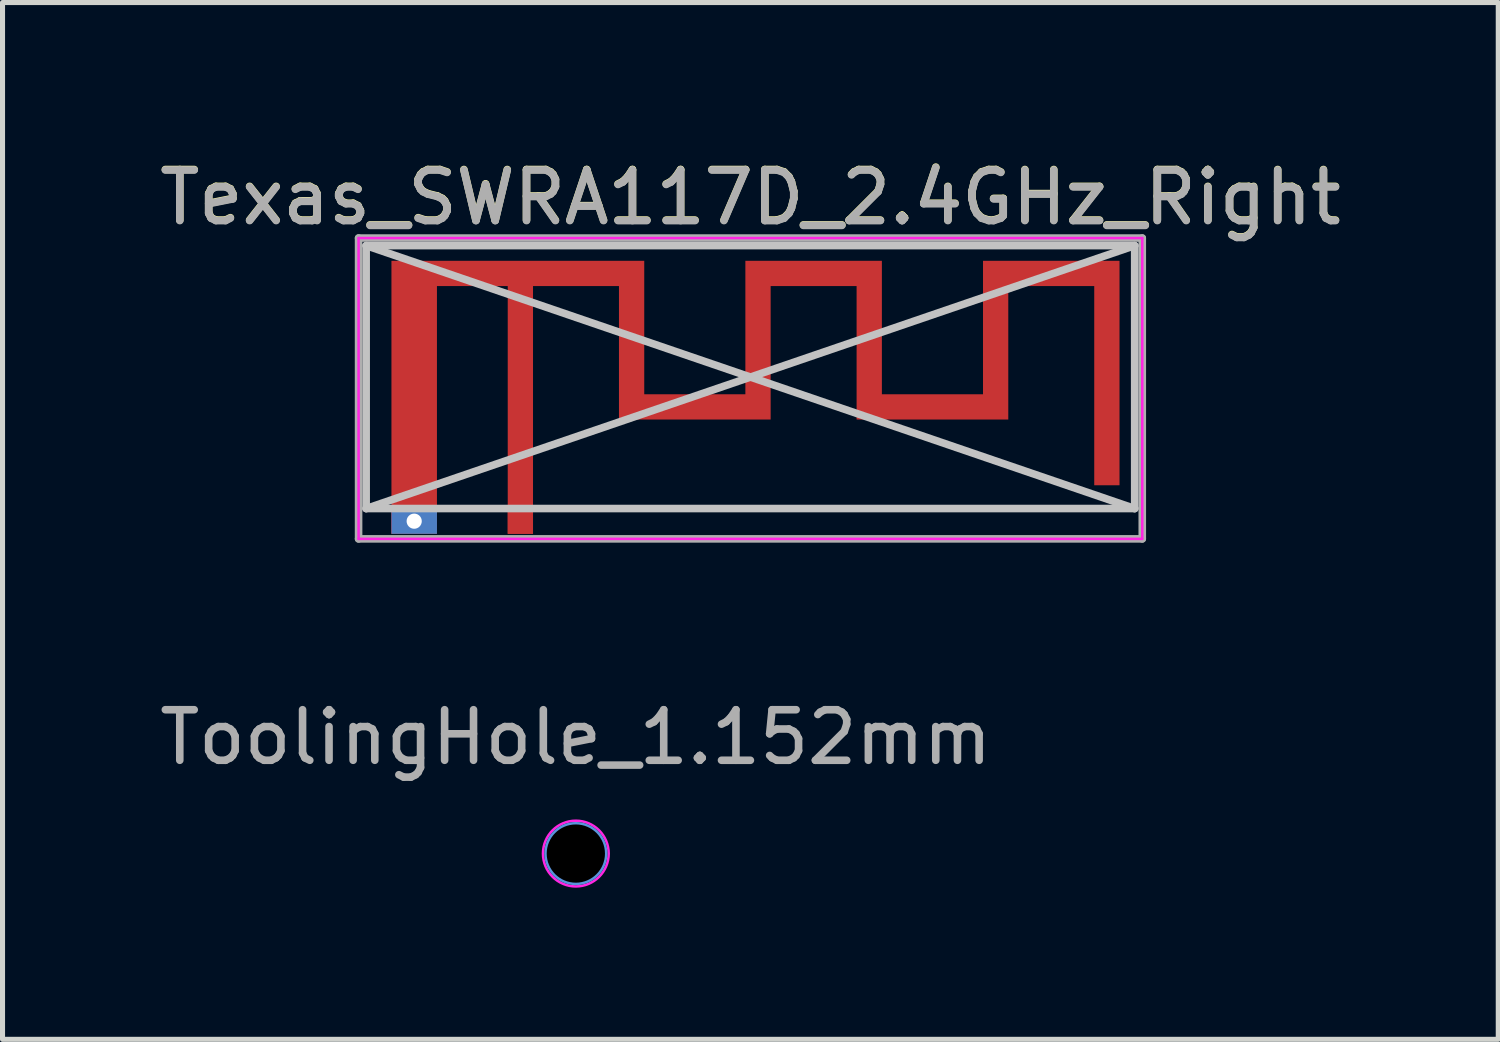
<source format=kicad_pcb>
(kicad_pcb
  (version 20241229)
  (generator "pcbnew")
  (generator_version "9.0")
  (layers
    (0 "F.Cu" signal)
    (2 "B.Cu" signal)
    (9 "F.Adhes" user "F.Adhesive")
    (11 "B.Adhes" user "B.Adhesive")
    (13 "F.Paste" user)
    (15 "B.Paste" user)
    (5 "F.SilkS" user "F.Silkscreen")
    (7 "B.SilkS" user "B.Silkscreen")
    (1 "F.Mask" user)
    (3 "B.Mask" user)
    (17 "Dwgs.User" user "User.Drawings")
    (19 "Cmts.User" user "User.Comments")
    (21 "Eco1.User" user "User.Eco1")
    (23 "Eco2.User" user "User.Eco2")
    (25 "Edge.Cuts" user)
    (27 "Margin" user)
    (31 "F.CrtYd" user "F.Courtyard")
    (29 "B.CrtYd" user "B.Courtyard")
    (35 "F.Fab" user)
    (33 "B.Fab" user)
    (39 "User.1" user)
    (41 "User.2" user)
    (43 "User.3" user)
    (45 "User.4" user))
  (footprint "Texas_SWRA117D_2.4GHz_Right"
    (layer "F.Cu")
    (at 7.242 7.258)
    (property "Reference" "Texas_SWRA117D_2.4GHz_Right" (at 4.55 -6.41 0) (layer "F.SilkS") (effects (font (size 1 1) (thickness 0.15))))
    (attr exclude_from_pos_files)
    (fp_poly (pts (xy 2.45 -2.51) (xy 4.45 -2.51) (xy 4.45 -5.15) (xy 7.15 -5.15) (xy 7.15 -2.51) (xy 9.15 -2.51) (xy 9.15 -5.15) (xy 11.85 -5.15) (xy 11.85 -0.71) (xy 11.35 -0.71) (xy 11.35 -4.65) (xy 9.65 -4.65) (xy 9.65 -2.01) (xy 6.65 -2.01) (xy 6.65 -4.65) (xy 4.95 -4.65) (xy 4.95 -2.01) (xy 1.95 -2.01) (xy 1.95 -4.65) (xy 0.25 -4.65) (xy 0.25 0.25) (xy -0.25 0.25) (xy -0.25 -4.65) (xy -1.65 -4.65) (xy -1.65 0.25) (xy -2.55 0.25) (xy -2.55 0.007) (xy -2.248 0.007) (xy -2.238 0.054) (xy -2.214 0.097) (xy -2.176 0.13) (xy -2.168 0.134) (xy -2.125 0.146) (xy -2.077 0.145) (xy -2.031 0.132) (xy -2.013 0.122) (xy -1.979 0.087) (xy -1.958 0.041) (xy -1.952 -0.008) (xy -1.96 -0.056) (xy -1.977 -0.089) (xy -2.012 -0.121) (xy -2.058 -0.141) (xy -2.107 -0.148) (xy -2.155 -0.14) (xy -2.188 -0.123) (xy -2.223 -0.086) (xy -2.243 -0.042) (xy -2.248 0.007) (xy -2.55 0.007) (xy -2.55 -5.15) (xy 2.45 -5.15) (xy 2.45 -2.51)) (stroke (width 0) (type solid)) (fill yes) (layer "F.Cu"))
    (fp_line (start -3.05 -5.45) (end 12.15 -5.45) (stroke (width 0.15) (type solid)) (layer "Dwgs.User"))
    (fp_line (start -3.05 -5.45) (end 12.15 -0.25) (stroke (width 0.15) (type solid)) (layer "Dwgs.User"))
    (fp_line (start -3.05 -0.25) (end -3.05 -5.45) (stroke (width 0.15) (type solid)) (layer "Dwgs.User"))
    (fp_line (start -3.05 -0.25) (end 12.15 -5.45) (stroke (width 0.15) (type solid)) (layer "Dwgs.User"))
    (fp_line (start -3.05 -0.25) (end 12.15 -0.25) (stroke (width 0.15) (type solid)) (layer "Dwgs.User"))
    (fp_line (start 12.15 -0.25) (end 12.15 -5.45) (stroke (width 0.15) (type solid)) (layer "Dwgs.User"))
    (fp_line (start -3.2 -5.6) (end 12.3 -5.6) (stroke (width 0.05) (type solid)) (layer "F.CrtYd"))
    (fp_line (start -3.2 0.35) (end -3.2 -5.6) (stroke (width 0.05) (type solid)) (layer "F.CrtYd"))
    (fp_line (start 12.3 -5.6) (end 12.3 0.35) (stroke (width 0.05) (type solid)) (layer "F.CrtYd"))
    (fp_line (start 12.3 0.35) (end -3.2 0.35) (stroke (width 0.05) (type solid)) (layer "F.CrtYd"))
    (fp_line (start -3.2 -5.6) (end 12.3 -5.6) (stroke (width 0.15) (type solid)) (layer "F.Fab"))
    (fp_line (start -3.2 0.35) (end -3.2 -5.6) (stroke (width 0.15) (type solid)) (layer "F.Fab"))
    (fp_line (start 12.3 -5.6) (end 12.3 0.35) (stroke (width 0.15) (type solid)) (layer "F.Fab"))
    (fp_line (start 12.3 0.35) (end -3.2 0.35) (stroke (width 0.15) (type solid)) (layer "F.Fab"))
    (fp_text user "${REFERENCE}" (at 4.55 -6.4 0) (layer "F.Fab") (effects (font (size 1 1) (thickness 0.15))))
    (pad "1" connect rect (at 0 0) (size 0.5 0.5) (layers "F.Cu"))
    (pad "2" thru_hole rect (at -2.1 0) (size 0.9 0.5) (drill 0.3) (layers "*.Cu")))
  (footprint "ToolingHole_1.152mm"
    (layer "F.Cu")
    (at 8.339 13.832)
    (property "Reference" "ToolingHole_1.152mm" (at 0 -2.3 0) (layer "F.Fab") (effects (font (size 1 1) (thickness 0.15))))
    (attr exclude_from_pos_files exclude_from_bom)
    (fp_circle (center 0 0) (end 0.55 0) (stroke (width 0.15) (type solid)) (fill no) (layer "Cmts.User"))
    (fp_circle (center 0 0) (end 0.65 0) (stroke (width 0.05) (type solid)) (fill no) (layer "F.CrtYd"))
    (pad "" np_thru_hole circle (at 0 0) (size 1.152 1.152) (drill 1.152) (layers "*.Mask")))
  (gr_rect
    (start -3 -3)
    (end 26.583 17.506)
    (stroke (width 0.1) (type default))
    (fill no)
    (layer "Edge.Cuts")))
</source>
